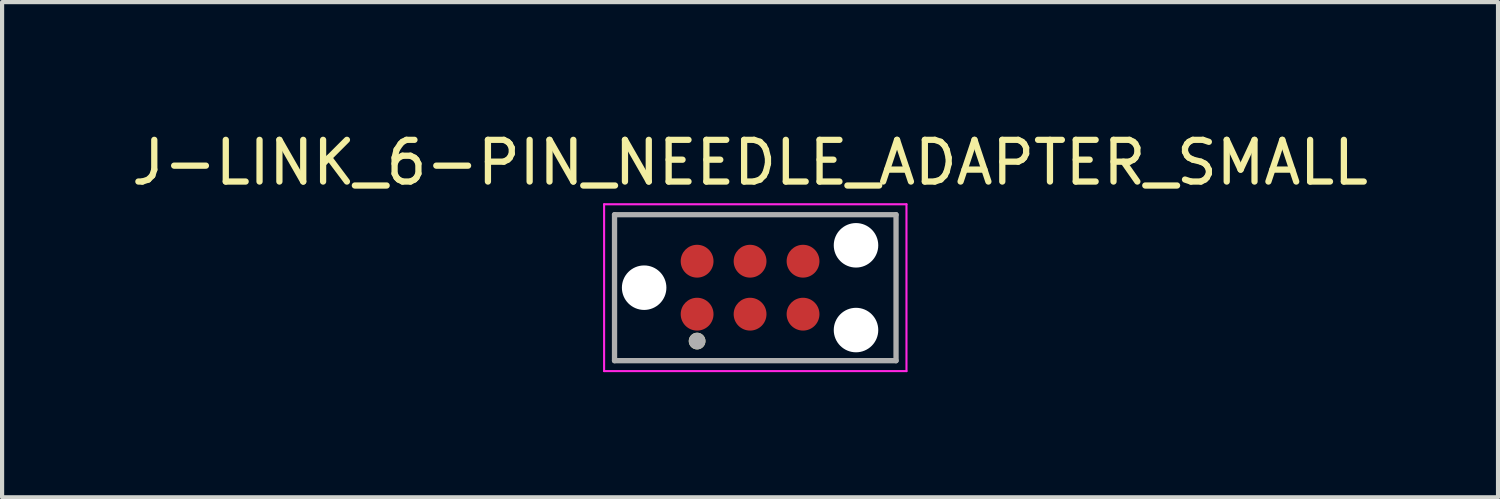
<source format=kicad_pcb>
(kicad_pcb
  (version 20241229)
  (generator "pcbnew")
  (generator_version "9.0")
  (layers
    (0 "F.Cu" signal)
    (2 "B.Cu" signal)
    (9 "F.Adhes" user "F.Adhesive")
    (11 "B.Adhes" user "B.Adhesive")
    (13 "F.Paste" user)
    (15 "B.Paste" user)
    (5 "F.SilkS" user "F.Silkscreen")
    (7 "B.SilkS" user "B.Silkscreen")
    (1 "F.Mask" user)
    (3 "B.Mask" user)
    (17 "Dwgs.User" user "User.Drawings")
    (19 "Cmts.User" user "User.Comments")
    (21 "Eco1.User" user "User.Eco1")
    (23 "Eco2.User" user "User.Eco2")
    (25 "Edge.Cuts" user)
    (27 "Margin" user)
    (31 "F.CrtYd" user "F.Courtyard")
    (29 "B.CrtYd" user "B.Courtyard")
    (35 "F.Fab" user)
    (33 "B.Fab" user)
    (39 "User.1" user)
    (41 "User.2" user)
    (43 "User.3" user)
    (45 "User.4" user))
  (footprint "J-LINK_6-PIN_NEEDLE_ADAPTER_SMALL"
    (layer "F.Cu")
    (at 14.935 3.848)
    (property "Reference" "J-LINK_6-PIN_NEEDLE_ADAPTER_SMALL" (at 0 -3 0) (layer "F.SilkS") (effects (font (size 1 1) (thickness 0.15))))
    (attr through_hole exclude_from_bom)
    (fp_circle (center -1.27 1.28) (end -1.17 1.28) (stroke (width 0.2) (type solid)) (fill no) (layer "F.SilkS"))
    (fp_line (start -3.5 -2) (end -3.5 2) (stroke (width 0.05) (type solid)) (layer "F.CrtYd"))
    (fp_line (start -3.5 2) (end 3.75 2) (stroke (width 0.05) (type solid)) (layer "F.CrtYd"))
    (fp_line (start 3.75 -2) (end -3.5 -2) (stroke (width 0.05) (type solid)) (layer "F.CrtYd"))
    (fp_line (start 3.75 2) (end 3.75 -2) (stroke (width 0.05) (type solid)) (layer "F.CrtYd"))
    (fp_line (start -3.25 -1.75) (end 3.5 -1.75) (stroke (width 0.127) (type solid)) (layer "F.Fab"))
    (fp_line (start -3.25 1.75) (end -3.25 -1.75) (stroke (width 0.127) (type solid)) (layer "F.Fab"))
    (fp_line (start 3.5 -1.75) (end 3.5 1.75) (stroke (width 0.127) (type solid)) (layer "F.Fab"))
    (fp_line (start 3.5 1.75) (end -3.25 1.75) (stroke (width 0.127) (type solid)) (layer "F.Fab"))
    (fp_circle (center -1.27 1.28) (end -1.17 1.28) (stroke (width 0.2) (type solid)) (fill no) (layer "F.Fab"))
    (pad "" np_thru_hole circle (at -2.54 0) (size 1.067 1.067) (drill 1.067) (layers "*.Cu" "*.Mask"))
    (pad "" np_thru_hole circle (at 2.54 -1.016) (size 1.067 1.067) (drill 1.067) (layers "*.Cu" "*.Mask"))
    (pad "" np_thru_hole circle (at 2.54 1.016) (size 1.067 1.067) (drill 1.067) (layers "*.Cu" "*.Mask"))
    (pad "1" smd circle (at -1.27 0.635) (size 0.787 0.787) (layers "F.Cu" "F.Mask"))
    (pad "2" smd circle (at -1.27 -0.635) (size 0.787 0.787) (layers "F.Cu" "F.Mask"))
    (pad "3" smd circle (at 0 0.635) (size 0.787 0.787) (layers "F.Cu" "F.Mask"))
    (pad "4" smd circle (at 0 -0.635) (size 0.787 0.787) (layers "F.Cu" "F.Mask"))
    (pad "5" smd circle (at 1.27 0.635) (size 0.787 0.787) (layers "F.Cu" "F.Mask"))
    (pad "6" smd circle (at 1.27 -0.635) (size 0.787 0.787) (layers "F.Cu" "F.Mask"))
    (zone (net_name "") (layer "F.Cu") (hatch full 0.508) (connect_pads) (min_thickness 0.01) (filled_areas_thickness no) (keepout (tracks not_allowed) (vias not_allowed) (pads not_allowed) (copperpour not_allowed) (footprints allowed)) (placement (enabled no)) (fill) (polygon (pts (xy 14.058 4.483) (xy 14.058 4.462) (xy 14.056 4.442) (xy 14.054 4.421) (xy 14.05 4.401) (xy 14.045 4.381) (xy 14.039 4.361) (xy 14.032 4.342) (xy 14.024 4.323) (xy 14.016 4.304) (xy 14.006 4.286) (xy 13.995 4.269) (xy 13.983 4.252) (xy 13.971 4.235) (xy 13.957 4.22) (xy 13.943 4.205) (xy 13.928 4.191) (xy 13.913 4.177) (xy 13.896 4.165) (xy 13.879 4.153) (xy 13.862 4.142) (xy 13.844 4.132) (xy 13.825 4.124) (xy 13.806 4.116) (xy 13.787 4.109) (xy 13.767 4.103) (xy 13.747 4.098) (xy 13.727 4.094) (xy 13.706 4.092) (xy 13.686 4.09) (xy 13.665 4.089) (xy 13.665 3.607) (xy 13.686 3.606) (xy 13.706 3.604) (xy 13.727 3.602) (xy 13.747 3.598) (xy 13.767 3.593) (xy 13.787 3.587) (xy 13.806 3.58) (xy 13.825 3.572) (xy 13.844 3.564) (xy 13.862 3.554) (xy 13.879 3.543) (xy 13.896 3.531) (xy 13.913 3.519) (xy 13.928 3.505) (xy 13.943 3.491) (xy 13.957 3.476) (xy 13.971 3.461) (xy 13.983 3.444) (xy 13.995 3.427) (xy 14.006 3.41) (xy 14.016 3.392) (xy 14.024 3.373) (xy 14.032 3.354) (xy 14.039 3.335) (xy 14.045 3.315) (xy 14.05 3.295) (xy 14.054 3.275) (xy 14.056 3.254) (xy 14.058 3.234) (xy 14.059 3.213) (xy 14.541 3.213) (xy 14.544 3.254) (xy 14.55 3.295) (xy 14.561 3.335) (xy 14.576 3.373) (xy 14.594 3.41) (xy 14.617 3.444) (xy 14.643 3.476) (xy 14.672 3.505) (xy 14.704 3.531) (xy 14.738 3.554) (xy 14.775 3.572) (xy 14.813 3.587) (xy 14.853 3.598) (xy 14.894 3.604) (xy 14.935 3.607) (xy 14.976 3.604) (xy 15.017 3.598) (xy 15.057 3.587) (xy 15.095 3.572) (xy 15.132 3.554) (xy 15.166 3.531) (xy 15.198 3.505) (xy 15.227 3.476) (xy 15.253 3.444) (xy 15.276 3.41) (xy 15.294 3.373) (xy 15.309 3.335) (xy 15.32 3.295) (xy 15.326 3.254) (xy 15.329 3.213) (xy 15.811 3.213) (xy 15.812 3.234) (xy 15.814 3.254) (xy 15.816 3.275) (xy 15.82 3.295) (xy 15.825 3.315) (xy 15.831 3.335) (xy 15.838 3.354) (xy 15.846 3.373) (xy 15.854 3.392) (xy 15.864 3.41) (xy 15.875 3.427) (xy 15.887 3.444) (xy 15.899 3.461) (xy 15.913 3.476) (xy 15.927 3.491) (xy 15.942 3.505) (xy 15.957 3.519) (xy 15.974 3.531) (xy 15.991 3.543) (xy 16.008 3.554) (xy 16.026 3.564) (xy 16.045 3.572) (xy 16.064 3.58) (xy 16.083 3.587) (xy 16.103 3.593) (xy 16.123 3.598) (xy 16.143 3.602) (xy 16.164 3.604) (xy 16.184 3.606) (xy 16.205 3.607) (xy 16.205 4.089) (xy 16.184 4.09) (xy 16.164 4.092) (xy 16.143 4.094) (xy 16.123 4.098) (xy 16.103 4.103) (xy 16.083 4.109) (xy 16.064 4.116) (xy 16.045 4.124) (xy 16.026 4.132) (xy 16.008 4.142) (xy 15.991 4.153) (xy 15.974 4.165) (xy 15.957 4.177) (xy 15.942 4.191) (xy 15.927 4.205) (xy 15.913 4.22) (xy 15.899 4.235) (xy 15.887 4.252) (xy 15.875 4.269) (xy 15.864 4.286) (xy 15.854 4.304) (xy 15.846 4.323) (xy 15.838 4.342) (xy 15.831 4.361) (xy 15.825 4.381) (xy 15.82 4.401) (xy 15.816 4.421) (xy 15.814 4.442) (xy 15.812 4.462) (xy 15.811 4.483) (xy 15.329 4.483) (xy 15.326 4.442) (xy 15.32 4.401) (xy 15.309 4.361) (xy 15.294 4.323) (xy 15.276 4.286) (xy 15.253 4.252) (xy 15.227 4.22) (xy 15.198 4.191) (xy 15.166 4.165) (xy 15.132 4.142) (xy 15.095 4.124) (xy 15.057 4.109) (xy 15.017 4.098) (xy 14.976 4.092) (xy 14.935 4.089) (xy 14.894 4.092) (xy 14.853 4.098) (xy 14.813 4.109) (xy 14.775 4.124) (xy 14.738 4.142) (xy 14.704 4.165) (xy 14.672 4.191) (xy 14.643 4.22) (xy 14.617 4.252) (xy 14.594 4.286) (xy 14.576 4.323) (xy 14.561 4.361) (xy 14.55 4.401) (xy 14.544 4.442) (xy 14.541 4.483) (xy 14.059 4.483))))
    (zone (net_name "") (layers "F.Cu" "B.Cu") (hatch full 0.508) (connect_pads) (min_thickness 0.01) (filled_areas_thickness no) (keepout (tracks allowed) (vias not_allowed) (pads allowed) (copperpour allowed) (footprints allowed)) (placement (enabled no)) (fill) (polygon (pts (xy 14.058 4.483) (xy 14.058 4.462) (xy 14.056 4.442) (xy 14.054 4.421) (xy 14.05 4.401) (xy 14.045 4.381) (xy 14.039 4.361) (xy 14.032 4.342) (xy 14.024 4.323) (xy 14.016 4.304) (xy 14.006 4.286) (xy 13.995 4.269) (xy 13.983 4.252) (xy 13.971 4.235) (xy 13.957 4.22) (xy 13.943 4.205) (xy 13.928 4.191) (xy 13.913 4.177) (xy 13.896 4.165) (xy 13.879 4.153) (xy 13.862 4.142) (xy 13.844 4.132) (xy 13.825 4.124) (xy 13.806 4.116) (xy 13.787 4.109) (xy 13.767 4.103) (xy 13.747 4.098) (xy 13.727 4.094) (xy 13.706 4.092) (xy 13.686 4.09) (xy 13.665 4.089) (xy 13.665 3.607) (xy 13.686 3.606) (xy 13.706 3.604) (xy 13.727 3.602) (xy 13.747 3.598) (xy 13.767 3.593) (xy 13.787 3.587) (xy 13.806 3.58) (xy 13.825 3.572) (xy 13.844 3.564) (xy 13.862 3.554) (xy 13.879 3.543) (xy 13.896 3.531) (xy 13.913 3.519) (xy 13.928 3.505) (xy 13.943 3.491) (xy 13.957 3.476) (xy 13.971 3.461) (xy 13.983 3.444) (xy 13.995 3.427) (xy 14.006 3.41) (xy 14.016 3.392) (xy 14.024 3.373) (xy 14.032 3.354) (xy 14.039 3.335) (xy 14.045 3.315) (xy 14.05 3.295) (xy 14.054 3.275) (xy 14.056 3.254) (xy 14.058 3.234) (xy 14.059 3.213) (xy 14.541 3.213) (xy 14.544 3.254) (xy 14.55 3.295) (xy 14.561 3.335) (xy 14.576 3.373) (xy 14.594 3.41) (xy 14.617 3.444) (xy 14.643 3.476) (xy 14.672 3.505) (xy 14.704 3.531) (xy 14.738 3.554) (xy 14.775 3.572) (xy 14.813 3.587) (xy 14.853 3.598) (xy 14.894 3.604) (xy 14.935 3.607) (xy 14.976 3.604) (xy 15.017 3.598) (xy 15.057 3.587) (xy 15.095 3.572) (xy 15.132 3.554) (xy 15.166 3.531) (xy 15.198 3.505) (xy 15.227 3.476) (xy 15.253 3.444) (xy 15.276 3.41) (xy 15.294 3.373) (xy 15.309 3.335) (xy 15.32 3.295) (xy 15.326 3.254) (xy 15.329 3.213) (xy 15.811 3.213) (xy 15.812 3.234) (xy 15.814 3.254) (xy 15.816 3.275) (xy 15.82 3.295) (xy 15.825 3.315) (xy 15.831 3.335) (xy 15.838 3.354) (xy 15.846 3.373) (xy 15.854 3.392) (xy 15.864 3.41) (xy 15.875 3.427) (xy 15.887 3.444) (xy 15.899 3.461) (xy 15.913 3.476) (xy 15.927 3.491) (xy 15.942 3.505) (xy 15.957 3.519) (xy 15.974 3.531) (xy 15.991 3.543) (xy 16.008 3.554) (xy 16.026 3.564) (xy 16.045 3.572) (xy 16.064 3.58) (xy 16.083 3.587) (xy 16.103 3.593) (xy 16.123 3.598) (xy 16.143 3.602) (xy 16.164 3.604) (xy 16.184 3.606) (xy 16.205 3.607) (xy 16.205 4.089) (xy 16.184 4.09) (xy 16.164 4.092) (xy 16.143 4.094) (xy 16.123 4.098) (xy 16.103 4.103) (xy 16.083 4.109) (xy 16.064 4.116) (xy 16.045 4.124) (xy 16.026 4.132) (xy 16.008 4.142) (xy 15.991 4.153) (xy 15.974 4.165) (xy 15.957 4.177) (xy 15.942 4.191) (xy 15.927 4.205) (xy 15.913 4.22) (xy 15.899 4.235) (xy 15.887 4.252) (xy 15.875 4.269) (xy 15.864 4.286) (xy 15.854 4.304) (xy 15.846 4.323) (xy 15.838 4.342) (xy 15.831 4.361) (xy 15.825 4.381) (xy 15.82 4.401) (xy 15.816 4.421) (xy 15.814 4.442) (xy 15.812 4.462) (xy 15.811 4.483) (xy 15.329 4.483) (xy 15.326 4.442) (xy 15.32 4.401) (xy 15.309 4.361) (xy 15.294 4.323) (xy 15.276 4.286) (xy 15.253 4.252) (xy 15.227 4.22) (xy 15.198 4.191) (xy 15.166 4.165) (xy 15.132 4.142) (xy 15.095 4.124) (xy 15.057 4.109) (xy 15.017 4.098) (xy 14.976 4.092) (xy 14.935 4.089) (xy 14.894 4.092) (xy 14.853 4.098) (xy 14.813 4.109) (xy 14.775 4.124) (xy 14.738 4.142) (xy 14.704 4.165) (xy 14.672 4.191) (xy 14.643 4.22) (xy 14.617 4.252) (xy 14.594 4.286) (xy 14.576 4.323) (xy 14.561 4.361) (xy 14.55 4.401) (xy 14.544 4.442) (xy 14.541 4.483) (xy 14.059 4.483)))))
  (gr_rect
    (start -3 -3)
    (end 32.869 8.873)
    (stroke (width 0.1) (type default))
    (fill no)
    (layer "Edge.Cuts")))
</source>
